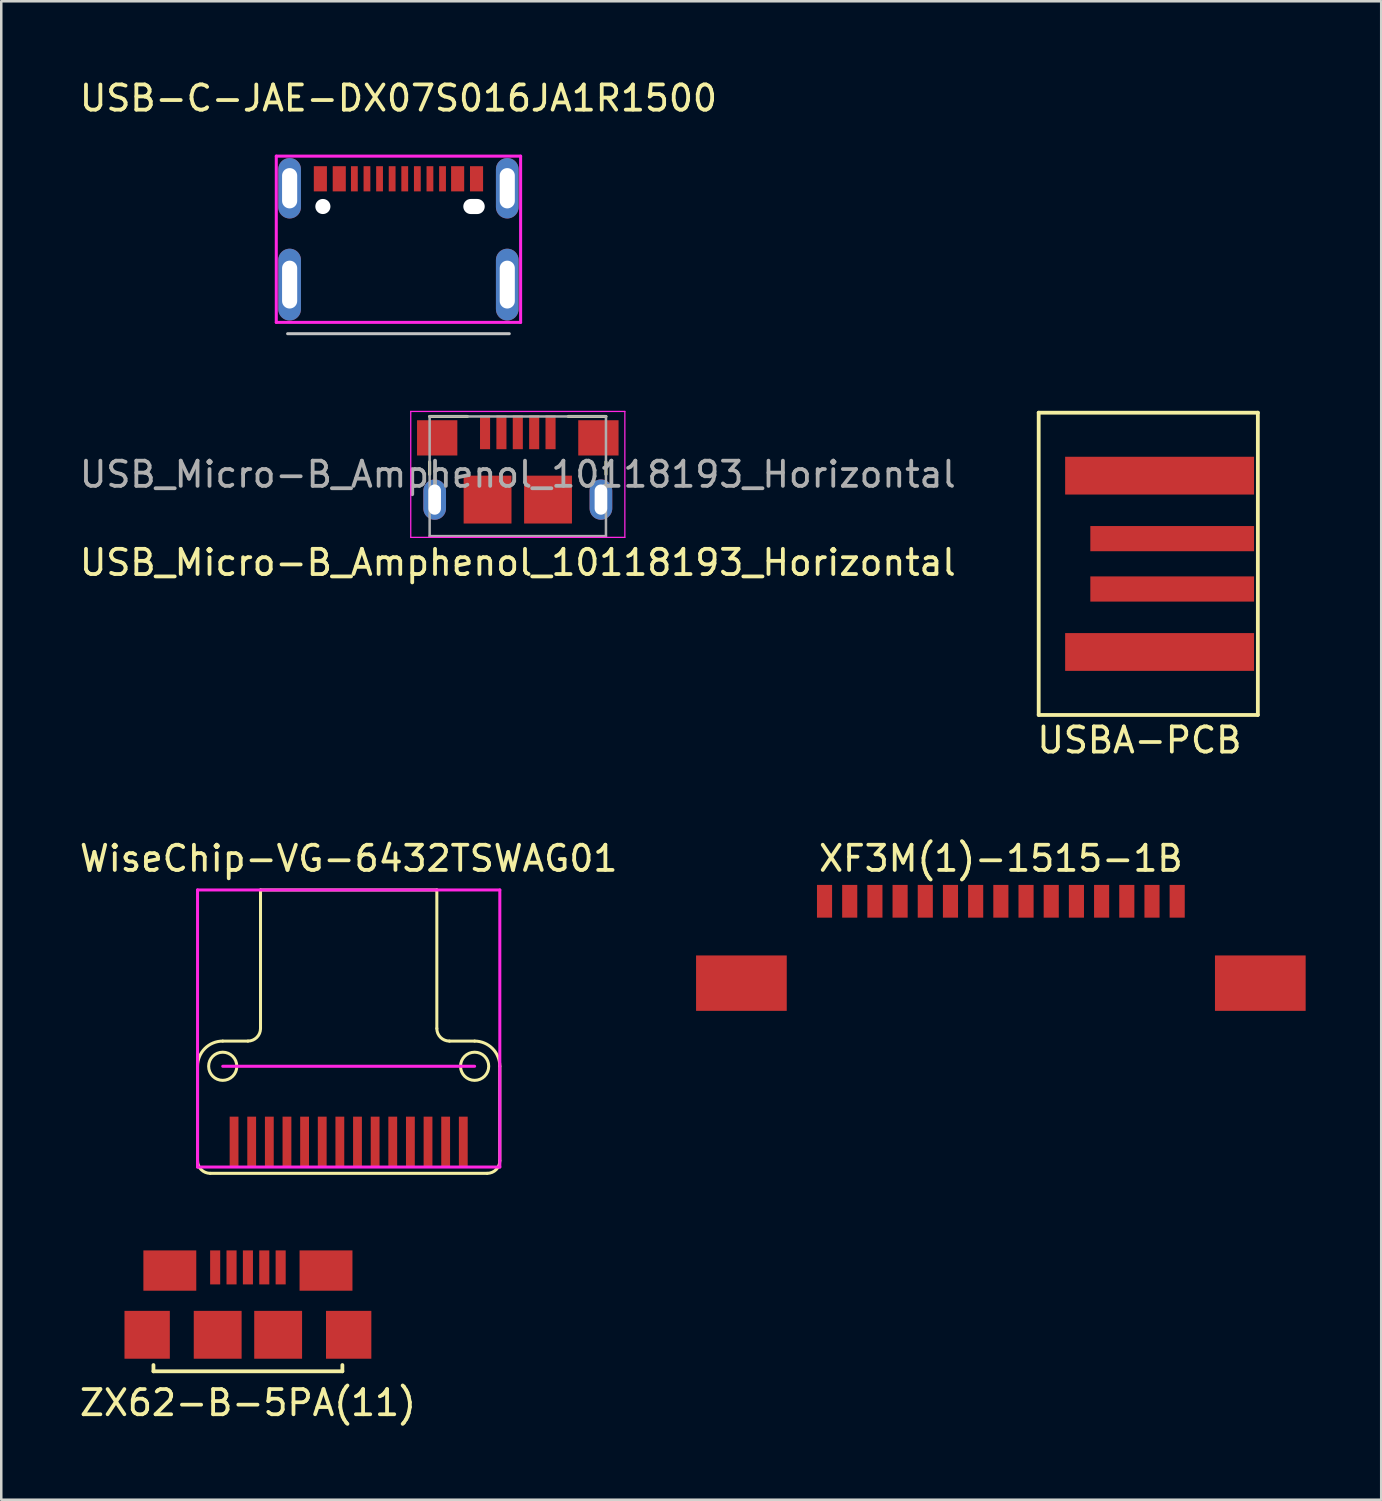
<source format=kicad_pcb>
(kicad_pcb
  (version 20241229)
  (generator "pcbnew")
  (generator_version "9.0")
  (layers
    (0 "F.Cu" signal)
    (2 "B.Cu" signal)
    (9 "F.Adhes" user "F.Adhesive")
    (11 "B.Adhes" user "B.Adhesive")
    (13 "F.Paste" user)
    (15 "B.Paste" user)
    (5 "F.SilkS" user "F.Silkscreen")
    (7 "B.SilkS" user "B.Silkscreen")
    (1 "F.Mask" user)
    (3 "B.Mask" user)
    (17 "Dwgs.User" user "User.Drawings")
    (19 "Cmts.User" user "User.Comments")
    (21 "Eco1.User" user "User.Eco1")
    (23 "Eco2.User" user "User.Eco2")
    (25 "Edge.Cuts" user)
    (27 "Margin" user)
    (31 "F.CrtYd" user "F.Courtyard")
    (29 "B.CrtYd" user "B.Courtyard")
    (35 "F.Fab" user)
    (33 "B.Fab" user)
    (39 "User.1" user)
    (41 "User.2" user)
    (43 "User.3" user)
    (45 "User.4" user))
  (footprint "XF3M(1)-1515-1B"
    (layer "F.Cu")
    (at 36.683 34.13)
    (property "Reference" "XF3M(1)-1515-1B" (at 0 -3.1 0) (layer "F.SilkS") (effects (font (size 1 1) (thickness 0.15))))
    (attr through_hole)
    (pad "" smd rect (at -10.3 1.85) (size 3.6 2.2) (layers "F.Cu" "F.Mask" "F.Paste"))
    (pad "" smd rect (at 10.3 1.85) (size 3.6 2.2) (layers "F.Cu" "F.Mask" "F.Paste"))
    (pad "1" smd rect (at -7 -1.4) (size 0.6 1.3) (layers "F.Cu" "F.Mask" "F.Paste"))
    (pad "2" smd rect (at -6 -1.4) (size 0.6 1.3) (layers "F.Cu" "F.Mask" "F.Paste"))
    (pad "3" smd rect (at -5 -1.4) (size 0.6 1.3) (layers "F.Cu" "F.Mask" "F.Paste"))
    (pad "4" smd rect (at -4 -1.4) (size 0.6 1.3) (layers "F.Cu" "F.Mask" "F.Paste"))
    (pad "5" smd rect (at -3 -1.4) (size 0.6 1.3) (layers "F.Cu" "F.Mask" "F.Paste"))
    (pad "6" smd rect (at -2 -1.4) (size 0.6 1.3) (layers "F.Cu" "F.Mask" "F.Paste"))
    (pad "7" smd rect (at -1 -1.4) (size 0.6 1.3) (layers "F.Cu" "F.Mask" "F.Paste"))
    (pad "8" smd rect (at 0 -1.4) (size 0.6 1.3) (layers "F.Cu" "F.Mask" "F.Paste"))
    (pad "9" smd rect (at 1 -1.4) (size 0.6 1.3) (layers "F.Cu" "F.Mask" "F.Paste"))
    (pad "10" smd rect (at 2 -1.4) (size 0.6 1.3) (layers "F.Cu" "F.Mask" "F.Paste"))
    (pad "11" smd rect (at 3 -1.4) (size 0.6 1.3) (layers "F.Cu" "F.Mask" "F.Paste"))
    (pad "12" smd rect (at 4 -1.4) (size 0.6 1.3) (layers "F.Cu" "F.Mask" "F.Paste"))
    (pad "13" smd rect (at 5 -1.4) (size 0.6 1.3) (layers "F.Cu" "F.Mask" "F.Paste"))
    (pad "14" smd rect (at 6 -1.4) (size 0.6 1.3) (layers "F.Cu" "F.Mask" "F.Paste"))
    (pad "15" smd rect (at 7 -1.4) (size 0.6 1.3) (layers "F.Cu" "F.Mask" "F.Paste")))
  (footprint "ZX62-B-5PA(11)"
    (layer "F.Cu")
    (at 6.792 49.94)
    (property "Reference" "ZX62-B-5PA(11)" (at 0 2.7 0) (layer "F.SilkS") (effects (font (size 1 1) (thickness 0.15))))
    (attr through_hole)
    (fp_line (start -3.75 1.2) (end -3.75 1.45) (stroke (width 0.15) (type solid)) (layer "F.SilkS"))
    (fp_line (start -3.75 1.45) (end 3.75 1.45) (stroke (width 0.15) (type solid)) (layer "F.SilkS"))
    (fp_line (start 3.75 1.2) (end 3.75 1.45) (stroke (width 0.15) (type solid)) (layer "F.SilkS"))
    (pad "1" smd rect (at -1.3 -2.675) (size 0.4 1.35) (layers "F.Cu" "F.Mask" "F.Paste"))
    (pad "2" smd rect (at -0.65 -2.675) (size 0.4 1.35) (layers "F.Cu" "F.Mask" "F.Paste"))
    (pad "3" smd rect (at 0 -2.675) (size 0.4 1.35) (layers "F.Cu" "F.Mask" "F.Paste"))
    (pad "4" smd rect (at 0.65 -2.675) (size 0.4 1.35) (layers "F.Cu" "F.Mask" "F.Paste"))
    (pad "5" smd rect (at 1.3 -2.675) (size 0.4 1.35) (layers "F.Cu" "F.Mask" "F.Paste"))
    (pad "6" smd rect (at -4 0) (size 1.8 1.9) (layers "F.Cu" "F.Mask" "F.Paste"))
    (pad "6" smd rect (at -3.1 -2.55) (size 2.1 1.6) (layers "F.Cu" "F.Mask" "F.Paste"))
    (pad "6" smd rect (at -1.2 0) (size 1.9 1.9) (layers "F.Cu" "F.Mask" "F.Paste"))
    (pad "6" smd rect (at 1.2 0) (size 1.9 1.9) (layers "F.Cu" "F.Mask" "F.Paste"))
    (pad "6" smd rect (at 3.1 -2.55) (size 2.1 1.6) (layers "F.Cu" "F.Mask" "F.Paste"))
    (pad "6" smd rect (at 4 0) (size 1.8 1.9) (layers "F.Cu" "F.Mask" "F.Paste")))
  (footprint "USBA-PCB"
    (layer "F.Cu")
    (at 43.185 19.333)
    (property "Reference" "USBA-PCB" (at -1 7 0) (layer "F.SilkS") (effects (font (size 1 1) (thickness 0.15))))
    (attr through_hole)
    (fp_line (start -5 -6) (end 3.7 -6) (stroke (width 0.15) (type solid)) (layer "F.SilkS"))
    (fp_line (start -5 6) (end -5 -6) (stroke (width 0.15) (type solid)) (layer "F.SilkS"))
    (fp_line (start 3.7 -6) (end 3.7 6) (stroke (width 0.15) (type solid)) (layer "F.SilkS"))
    (fp_line (start 3.7 6) (end -5 6) (stroke (width 0.15) (type solid)) (layer "F.SilkS"))
    (pad "1" smd rect (at -0.2 3.5) (size 7.5 1.5) (layers "F.Cu" "F.Mask" "F.Paste"))
    (pad "2" smd rect (at 0.3 1) (size 6.5 1) (layers "F.Cu" "F.Mask" "F.Paste"))
    (pad "3" smd rect (at 0.3 -1) (size 6.5 1) (layers "F.Cu" "F.Mask" "F.Paste"))
    (pad "4" smd rect (at -0.2 -3.5) (size 7.5 1.5) (layers "F.Cu" "F.Mask" "F.Paste")))
  (footprint "USB_Micro-B_Amphenol_10118193_Horizontal"
    (layer "F.Cu")
    (at 17.506 16.783)
    (property "Reference" "USB_Micro-B_Amphenol_10118193_Horizontal" (at 0 2.5 0) (layer "F.SilkS") (effects (font (size 1 1) (thickness 0.15))))
    (attr through_hole)
    (fp_line (start -3.5 -3.3) (end -2 -3.3) (stroke (width 0.12) (type solid)) (layer "F.SilkS"))
    (fp_line (start -3.5 -1.5) (end -3.5 -1) (stroke (width 0.12) (type solid)) (layer "F.SilkS"))
    (fp_line (start 3.5 -3.3) (end 2 -3.3) (stroke (width 0.12) (type solid)) (layer "F.SilkS"))
    (fp_line (start 3.5 -1.5) (end 3.5 -1) (stroke (width 0.12) (type solid)) (layer "F.SilkS"))
    (fp_line (start -4.25 -3.5) (end -4.25 1.5) (stroke (width 0.05) (type solid)) (layer "F.CrtYd"))
    (fp_line (start -4.25 -3.5) (end 4.25 -3.5) (stroke (width 0.05) (type solid)) (layer "F.CrtYd"))
    (fp_line (start -4.25 1.5) (end 4.25 1.5) (stroke (width 0.05) (type solid)) (layer "F.CrtYd"))
    (fp_line (start 4.25 1.5) (end 4.25 -3.5) (stroke (width 0.05) (type solid)) (layer "F.CrtYd"))
    (fp_line (start -3.5 -3.3) (end 3.5 -3.3) (stroke (width 0.1) (type solid)) (layer "F.Fab"))
    (fp_line (start -3.5 1.45) (end -3.5 -3.3) (stroke (width 0.1) (type solid)) (layer "F.Fab"))
    (fp_line (start -3.5 1.45) (end 3.5 1.45) (stroke (width 0.1) (type solid)) (layer "F.Fab"))
    (fp_line (start 3.5 -3.3) (end 3.5 1.45) (stroke (width 0.1) (type solid)) (layer "F.Fab"))
    (fp_text user "${REFERENCE}" (at 0 -1 0) (layer "F.Fab") (effects (font (size 1 1) (thickness 0.15))))
    (pad "1" smd rect (at -1.3 -2.675) (size 0.4 1.35) (layers "F.Cu" "F.Mask" "F.Paste"))
    (pad "2" smd rect (at -0.65 -2.675) (size 0.4 1.35) (layers "F.Cu" "F.Mask" "F.Paste"))
    (pad "3" smd rect (at 0 -2.675) (size 0.4 1.35) (layers "F.Cu" "F.Mask" "F.Paste"))
    (pad "4" smd rect (at 0.65 -2.675) (size 0.4 1.35) (layers "F.Cu" "F.Mask" "F.Paste"))
    (pad "5" smd rect (at 1.3 -2.675) (size 0.4 1.35) (layers "F.Cu" "F.Mask" "F.Paste"))
    (pad "6" thru_hole oval (at -3.3 0) (size 0.9 1.6) (drill oval 0.5 1.2) (layers "*.Cu" "*.Mask"))
    (pad "6" smd rect (at -3.2 -2.45) (size 1.6 1.4) (layers "F.Cu" "F.Mask" "F.Paste"))
    (pad "6" smd rect (at -1.2 0) (size 1.9 1.9) (layers "F.Cu" "F.Mask" "F.Paste"))
    (pad "6" smd rect (at 1.2 0) (size 1.9 1.9) (layers "F.Cu" "F.Mask" "F.Paste"))
    (pad "6" smd rect (at 3.2 -2.45) (size 1.6 1.4) (layers "F.Cu" "F.Mask" "F.Paste"))
    (pad "6" thru_hole oval (at 3.3 0) (size 0.9 1.6) (drill oval 0.5 1.2) (layers "*.Cu" "*.Mask")))
  (footprint "USB-C-JAE-DX07S016JA1R1500"
    (layer "F.Cu")
    (at 12.768 5.148)
    (property "Reference" "USB-C-JAE-DX07S016JA1R1500" (at 0 -4.3 0) (layer "F.SilkS") (effects (font (size 1 1) (thickness 0.15))))
    (attr through_hole)
    (fp_line (start -4.4 5.05) (end 4.4 5.05) (stroke (width 0.12) (type solid)) (layer "Dwgs.User"))
    (fp_line (start -4.85 -2) (end -4.85 4.6) (stroke (width 0.12) (type solid)) (layer "F.CrtYd"))
    (fp_line (start -4.85 -2) (end 4.85 -2) (stroke (width 0.12) (type solid)) (layer "F.CrtYd"))
    (fp_line (start -4.85 4.6) (end 4.85 4.6) (stroke (width 0.12) (type solid)) (layer "F.CrtYd"))
    (fp_line (start 4.85 -2) (end 4.85 4.6) (stroke (width 0.12) (type solid)) (layer "F.CrtYd"))
    (pad "" np_thru_hole circle (at -3 0) (size 0.6 0.6) (drill 0.6) (layers "*.Cu" "*.Mask"))
    (pad "" smd rect (at -1.4 3.1) (size 1 2) (layers "F.Paste"))
    (pad "" smd rect (at 1.4 3.1) (size 1 2) (layers "F.Paste"))
    (pad "" np_thru_hole oval (at 3 0) (size 0.85 0.6) (drill oval 0.85 0.6) (layers "*.Cu" "*.Mask"))
    (pad "A1" smd rect (at -3.1 -1.1) (size 0.52 1) (layers "F.Cu" "F.Mask" "F.Paste"))
    (pad "A2" smd rect (at -2.35 -1.1) (size 0.52 1) (layers "F.Cu" "F.Mask" "F.Paste"))
    (pad "A5" smd rect (at -1.75 -1.1) (size 0.27 1) (layers "F.Cu" "F.Mask" "F.Paste"))
    (pad "A6" smd rect (at -0.25 -1.1) (size 0.27 1) (layers "F.Cu" "F.Mask" "F.Paste"))
    (pad "A7" smd rect (at 0.75 -1.1) (size 0.27 1) (layers "F.Cu" "F.Mask" "F.Paste"))
    (pad "A8" smd rect (at 1.75 -1.1) (size 0.27 1) (layers "F.Cu" "F.Mask" "F.Paste"))
    (pad "A9" smd rect (at 2.35 -1.1) (size 0.52 1) (layers "F.Cu" "F.Mask" "F.Paste"))
    (pad "A12" smd rect (at 3.1 -1.1) (size 0.52 1) (layers "F.Cu" "F.Mask" "F.Paste"))
    (pad "B5" smd rect (at 1.25 -1.1) (size 0.27 1) (layers "F.Cu" "F.Mask" "F.Paste"))
    (pad "B6" smd rect (at 0.25 -1.1) (size 0.27 1) (layers "F.Cu" "F.Mask" "F.Paste"))
    (pad "B7" smd rect (at -0.75 -1.1) (size 0.27 1) (layers "F.Cu" "F.Mask" "F.Paste"))
    (pad "B8" smd rect (at -1.25 -1.1) (size 0.27 1) (layers "F.Cu" "F.Mask" "F.Paste"))
    (pad "SHIELD" thru_hole oval (at -4.32 -0.725) (size 0.9 2.4) (drill oval 0.6 1.6) (layers "*.Cu" "*.Mask"))
    (pad "SHIELD" thru_hole oval (at -4.32 3.1) (size 0.9 2.85) (drill oval 0.6 1.9) (layers "*.Cu" "*.Mask"))
    (pad "SHIELD" thru_hole oval (at 4.32 -0.725) (size 0.9 2.4) (drill oval 0.6 1.6) (layers "*.Cu" "*.Mask"))
    (pad "SHIELD" thru_hole oval (at 4.32 3.1) (size 0.9 2.85) (drill oval 0.6 1.9) (layers "*.Cu" "*.Mask")))
  (footprint "WiseChip-VG-6432TSWAG01"
    (layer "F.Cu")
    (at 10.792 37.28)
    (property "Reference" "WiseChip-VG-6432TSWAG01" (at 0 -6.25 0) (layer "F.SilkS") (effects (font (size 1 1) (thickness 0.15))))
    (attr through_hole)
    (fp_line (start -6 2) (end -6 5.75) (stroke (width 0.12) (type solid)) (layer "F.SilkS"))
    (fp_line (start -5 1) (end -4 1) (stroke (width 0.12) (type solid)) (layer "F.SilkS"))
    (fp_line (start -3.5 -5) (end 3.5 -5) (stroke (width 0.12) (type solid)) (layer "F.SilkS"))
    (fp_line (start -3.5 0.5) (end -3.5 -5) (stroke (width 0.12) (type solid)) (layer "F.SilkS"))
    (fp_line (start 3.5 0.5) (end 3.5 -5) (stroke (width 0.12) (type solid)) (layer "F.SilkS"))
    (fp_line (start 4 1) (end 5 1) (stroke (width 0.12) (type solid)) (layer "F.SilkS"))
    (fp_line (start 5.5 6.25) (end -5.5 6.25) (stroke (width 0.12) (type solid)) (layer "F.SilkS"))
    (fp_line (start 6 2) (end 6 5.75) (stroke (width 0.12) (type solid)) (layer "F.SilkS"))
    (fp_arc (start -6 2) (mid -5.707107 1.292893) (end -5 1) (stroke (width 0.12) (type solid)) (layer "F.SilkS"))
    (fp_arc (start -5.5 6.25) (mid -5.853553 6.103553) (end -6 5.75) (stroke (width 0.12) (type solid)) (layer "F.SilkS"))
    (fp_arc (start -3.5 0.5) (mid -3.646447 0.853553) (end -4 1) (stroke (width 0.12) (type solid)) (layer "F.SilkS"))
    (fp_arc (start 4 1) (mid 3.646447 0.853553) (end 3.5 0.5) (stroke (width 0.12) (type solid)) (layer "F.SilkS"))
    (fp_arc (start 5 1) (mid 5.707107 1.292893) (end 6 2) (stroke (width 0.12) (type solid)) (layer "F.SilkS"))
    (fp_arc (start 6 5.75) (mid 5.853553 6.103553) (end 5.5 6.25) (stroke (width 0.12) (type solid)) (layer "F.SilkS"))
    (fp_circle (center -5 2) (end -4.75 2.5) (stroke (width 0.12) (type solid)) (fill no) (layer "F.SilkS"))
    (fp_circle (center 5 2) (end 5.25 2.5) (stroke (width 0.12) (type solid)) (fill no) (layer "F.SilkS"))
    (fp_line (start -6 -5) (end -6 6) (stroke (width 0.12) (type solid)) (layer "F.CrtYd"))
    (fp_line (start -6 -5) (end 6 -5) (stroke (width 0.12) (type solid)) (layer "F.CrtYd"))
    (fp_line (start -6 6) (end 6 6) (stroke (width 0.12) (type solid)) (layer "F.CrtYd"))
    (fp_line (start -5 2) (end 5 2) (stroke (width 0.12) (type solid)) (layer "F.CrtYd"))
    (fp_line (start 6 -5) (end 6 6) (stroke (width 0.12) (type solid)) (layer "F.CrtYd"))
    (pad "1" smd rect (at -4.55 5) (size 0.35 2) (layers "F.Cu" "F.Mask" "F.Paste"))
    (pad "2" smd rect (at -3.85 5) (size 0.35 2) (layers "F.Cu" "F.Mask" "F.Paste"))
    (pad "3" smd rect (at -3.15 5) (size 0.35 2) (layers "F.Cu" "F.Mask" "F.Paste"))
    (pad "4" smd rect (at -2.45 5) (size 0.35 2) (layers "F.Cu" "F.Mask" "F.Paste"))
    (pad "5" smd rect (at -1.75 5) (size 0.35 2) (layers "F.Cu" "F.Mask" "F.Paste"))
    (pad "6" smd rect (at -1.05 5) (size 0.35 2) (layers "F.Cu" "F.Mask" "F.Paste"))
    (pad "7" smd rect (at -0.35 5) (size 0.35 2) (layers "F.Cu" "F.Mask" "F.Paste"))
    (pad "8" smd rect (at 0.35 5) (size 0.35 2) (layers "F.Cu" "F.Mask" "F.Paste"))
    (pad "9" smd rect (at 1.05 5) (size 0.35 2) (layers "F.Cu" "F.Mask" "F.Paste"))
    (pad "10" smd rect (at 1.75 5) (size 0.35 2) (layers "F.Cu" "F.Mask" "F.Paste"))
    (pad "11" smd rect (at 2.45 5) (size 0.35 2) (layers "F.Cu" "F.Mask" "F.Paste"))
    (pad "12" smd rect (at 3.15 5) (size 0.35 2) (layers "F.Cu" "F.Mask" "F.Paste"))
    (pad "13" smd rect (at 3.85 5) (size 0.35 2) (layers "F.Cu" "F.Mask" "F.Paste"))
    (pad "14" smd rect (at 4.55 5) (size 0.35 2) (layers "F.Cu" "F.Mask" "F.Paste")))
  (gr_rect
    (start -3 -3)
    (end 51.783 56.488)
    (stroke (width 0.1) (type default))
    (fill no)
    (layer "Edge.Cuts")))
</source>
